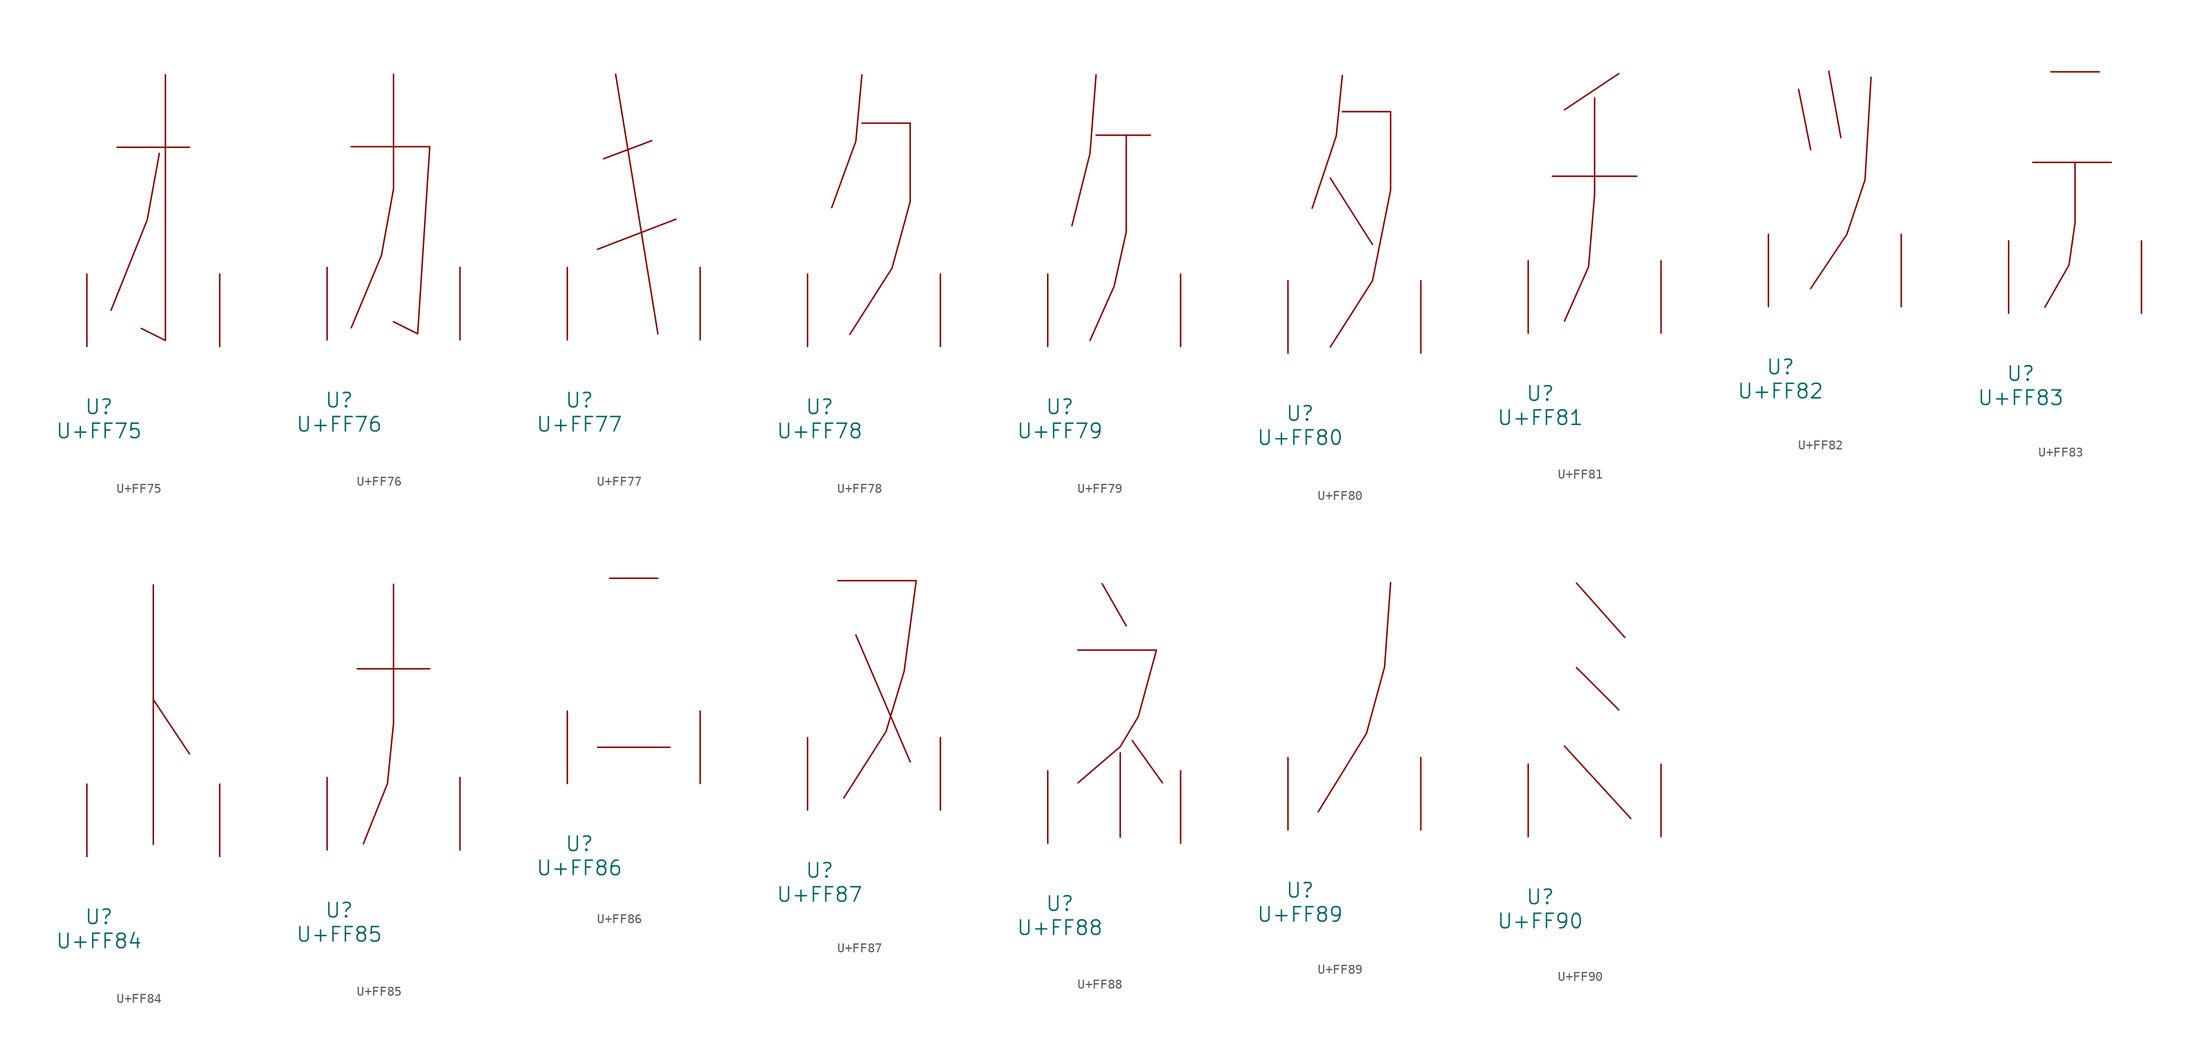
<source format=kicad_sym>
(kicad_symbol_lib
  (version 20231120)
  (generator "kicad_symbol_editor")
  (generator_version "8.0")
  (symbol "U+FF75"
    (pin_names
      (offset 1.016))
    (property "Reference" "U"
      (at 0 -6.35 0)
      (effects (font (size 1.524 1.524))))
    (property "Value" "U+FF75"
      (at 0 -8.89 0)
      (effects (font (size 1.524 1.524))))
    (symbol "U+FF75_0_1"
      (polyline (pts (xy 1.905 20.955) (xy 9.525 20.955)) (stroke (width 0) (type solid)) (fill (type none)))
      (polyline (pts (xy 6.35 20.32) (xy 5.08 13.335) (xy 1.27 3.81)) (stroke (width 0) (type solid)) (fill (type none)))
      (polyline (pts (xy 6.985 28.575) (xy 6.985 0.635) (xy 4.445 1.905)) (stroke (width 0) (type solid)) (fill (type none)))
      (pin input line (at -1.27 0 90) (length 7.62) (name "~" (effects (font (size 1.27 1.27)))) (number "~" (effects (font (size 1.27 1.27)))))
      (pin input line (at 12.7 0 90) (length 7.62) (name "~" (effects (font (size 1.27 1.27)))) (number "~" (effects (font (size 1.27 1.27)))))))
  (symbol "U+FF76"
    (pin_names
      (offset 1.016))
    (property "Reference" "U"
      (at 0 -6.35 0)
      (effects (font (size 1.524 1.524))))
    (property "Value" "U+FF76"
      (at 0 -8.89 0)
      (effects (font (size 1.524 1.524))))
    (symbol "U+FF76_0_1"
      (polyline (pts (xy 1.27 20.32) (xy 9.525 20.32) (xy 8.255 0.635) (xy 5.715 1.905)) (stroke (width 0) (type solid)) (fill (type none)))
      (polyline (pts (xy 5.715 27.94) (xy 5.715 15.875) (xy 4.445 8.89) (xy 1.27 1.27)) (stroke (width 0) (type solid)) (fill (type none)))
      (pin input line (at -1.27 0 90) (length 7.62) (name "~" (effects (font (size 1.27 1.27)))) (number "~" (effects (font (size 1.27 1.27)))))
      (pin input line (at 12.7 0 90) (length 7.62) (name "~" (effects (font (size 1.27 1.27)))) (number "~" (effects (font (size 1.27 1.27)))))))
  (symbol "U+FF77"
    (pin_names
      (offset 1.016))
    (property "Reference" "U"
      (at 0 -6.35 0)
      (effects (font (size 1.524 1.524))))
    (property "Value" "U+FF77"
      (at 0 -8.89 0)
      (effects (font (size 1.524 1.524))))
    (symbol "U+FF77_0_1"
      (polyline (pts (xy 1.905 9.525) (xy 10.16 12.7)) (stroke (width 0) (type solid)) (fill (type none)))
      (polyline (pts (xy 2.54 19.05) (xy 7.62 20.955)) (stroke (width 0) (type solid)) (fill (type none)))
      (polyline (pts (xy 3.81 27.94) (xy 8.255 0.635)) (stroke (width 0) (type solid)) (fill (type none)))
      (pin input line (at -1.27 0 90) (length 7.62) (name "~" (effects (font (size 1.27 1.27)))) (number "~" (effects (font (size 1.27 1.27)))))
      (pin input line (at 12.7 0 90) (length 7.62) (name "~" (effects (font (size 1.27 1.27)))) (number "~" (effects (font (size 1.27 1.27)))))))
  (symbol "U+FF78"
    (pin_names
      (offset 1.016))
    (property "Reference" "U"
      (at 0 -6.35 0)
      (effects (font (size 1.524 1.524))))
    (property "Value" "U+FF78"
      (at 0 -8.89 0)
      (effects (font (size 1.524 1.524))))
    (symbol "U+FF78_0_1"
      (polyline (pts (xy 4.445 28.575) (xy 3.81 21.59) (xy 1.27 14.605)) (stroke (width 0) (type solid)) (fill (type none)))
      (polyline (pts (xy 4.445 23.495) (xy 9.525 23.495) (xy 9.525 15.24) (xy 7.62 8.255) (xy 3.175 1.27)) (stroke (width 0) (type solid)) (fill (type none)))
      (pin input line (at -1.27 0 90) (length 7.62) (name "~" (effects (font (size 1.27 1.27)))) (number "~" (effects (font (size 1.27 1.27)))))
      (pin input line (at 12.7 0 90) (length 7.62) (name "~" (effects (font (size 1.27 1.27)))) (number "~" (effects (font (size 1.27 1.27)))))))
  (symbol "U+FF79"
    (pin_names
      (offset 1.016))
    (property "Reference" "U"
      (at 0 -6.35 0)
      (effects (font (size 1.524 1.524))))
    (property "Value" "U+FF79"
      (at 0 -8.89 0)
      (effects (font (size 1.524 1.524))))
    (symbol "U+FF79_0_1"
      (polyline (pts (xy 3.81 22.225) (xy 9.525 22.225)) (stroke (width 0) (type solid)) (fill (type none)))
      (polyline (pts (xy 3.81 28.575) (xy 3.175 20.32) (xy 1.27 12.7)) (stroke (width 0) (type solid)) (fill (type none)))
      (polyline (pts (xy 6.985 22.225) (xy 6.985 12.065) (xy 5.715 6.35) (xy 3.175 0.635)) (stroke (width 0) (type solid)) (fill (type none)))
      (pin input line (at -1.27 0 90) (length 7.62) (name "~" (effects (font (size 1.27 1.27)))) (number "~" (effects (font (size 1.27 1.27)))))
      (pin input line (at 12.7 0 90) (length 7.62) (name "~" (effects (font (size 1.27 1.27)))) (number "~" (effects (font (size 1.27 1.27)))))))
  (symbol "U+FF80"
    (pin_names
      (offset 1.016))
    (property "Reference" "U"
      (at 0 -6.35 0)
      (effects (font (size 1.524 1.524))))
    (property "Value" "U+FF80"
      (at 0 -8.89 0)
      (effects (font (size 1.524 1.524))))
    (symbol "U+FF80_0_1"
      (polyline (pts (xy 3.175 18.415) (xy 7.62 11.43)) (stroke (width 0) (type solid)) (fill (type none)))
      (polyline (pts (xy 4.445 29.21) (xy 3.81 22.86) (xy 1.27 15.24)) (stroke (width 0) (type solid)) (fill (type none)))
      (polyline (pts (xy 4.445 25.4) (xy 9.525 25.4) (xy 9.525 17.145) (xy 7.62 7.62) (xy 3.175 0.635)) (stroke (width 0) (type solid)) (fill (type none)))
      (pin input line (at -1.27 0 90) (length 7.62) (name "~" (effects (font (size 1.27 1.27)))) (number "~" (effects (font (size 1.27 1.27)))))
      (pin input line (at 12.7 0 90) (length 7.62) (name "~" (effects (font (size 1.27 1.27)))) (number "~" (effects (font (size 1.27 1.27)))))))
  (symbol "U+FF81"
    (pin_names
      (offset 1.016))
    (property "Reference" "U"
      (at 0 -6.35 0)
      (effects (font (size 1.524 1.524))))
    (property "Value" "U+FF81"
      (at 0 -8.89 0)
      (effects (font (size 1.524 1.524))))
    (symbol "U+FF81_0_1"
      (polyline (pts (xy 1.27 16.51) (xy 10.16 16.51)) (stroke (width 0) (type solid)) (fill (type none)))
      (polyline (pts (xy 8.255 27.305) (xy 2.54 23.495)) (stroke (width 0) (type solid)) (fill (type none)))
      (polyline (pts (xy 5.715 24.765) (xy 5.715 14.605) (xy 5.08 6.985) (xy 2.54 1.27)) (stroke (width 0) (type solid)) (fill (type none)))
      (pin input line (at -1.27 0 90) (length 7.62) (name "~" (effects (font (size 1.27 1.27)))) (number "~" (effects (font (size 1.27 1.27)))))
      (pin input line (at 12.7 0 90) (length 7.62) (name "~" (effects (font (size 1.27 1.27)))) (number "~" (effects (font (size 1.27 1.27)))))))
  (symbol "U+FF82"
    (pin_names
      (offset 1.016))
    (property "Reference" "U"
      (at 0 -6.35 0)
      (effects (font (size 1.524 1.524))))
    (property "Value" "U+FF82"
      (at 0 -8.89 0)
      (effects (font (size 1.524 1.524))))
    (symbol "U+FF82_0_1"
      (polyline (pts (xy 1.905 22.86) (xy 3.175 16.51)) (stroke (width 0) (type solid)) (fill (type none)))
      (polyline (pts (xy 5.08 24.765) (xy 6.35 17.78)) (stroke (width 0) (type solid)) (fill (type none)))
      (polyline (pts (xy 9.525 24.13) (xy 8.89 13.335) (xy 6.985 7.62) (xy 3.175 1.905)) (stroke (width 0) (type solid)) (fill (type none)))
      (pin input line (at -1.27 0 90) (length 7.62) (name "~" (effects (font (size 1.27 1.27)))) (number "~" (effects (font (size 1.27 1.27)))))
      (pin input line (at 12.7 0 90) (length 7.62) (name "~" (effects (font (size 1.27 1.27)))) (number "~" (effects (font (size 1.27 1.27)))))))
  (symbol "U+FF83"
    (pin_names
      (offset 1.016))
    (property "Reference" "U"
      (at 0 -6.35 0)
      (effects (font (size 1.524 1.524))))
    (property "Value" "U+FF83"
      (at 0 -8.89 0)
      (effects (font (size 1.524 1.524))))
    (symbol "U+FF83_0_1"
      (polyline (pts (xy 1.27 15.875) (xy 9.525 15.875)) (stroke (width 0) (type solid)) (fill (type none)))
      (polyline (pts (xy 3.175 25.4) (xy 8.255 25.4)) (stroke (width 0) (type solid)) (fill (type none)))
      (polyline (pts (xy 5.715 15.875) (xy 5.715 9.525) (xy 5.08 5.08) (xy 2.54 0.635)) (stroke (width 0) (type solid)) (fill (type none)))
      (pin input line (at -1.27 0 90) (length 7.62) (name "~" (effects (font (size 1.27 1.27)))) (number "~" (effects (font (size 1.27 1.27)))))
      (pin input line (at 12.7 0 90) (length 7.62) (name "~" (effects (font (size 1.27 1.27)))) (number "~" (effects (font (size 1.27 1.27)))))))
  (symbol "U+FF84"
    (pin_names
      (offset 1.016))
    (property "Reference" "U"
      (at 0 -6.35 0)
      (effects (font (size 1.524 1.524))))
    (property "Value" "U+FF84"
      (at 0 -8.89 0)
      (effects (font (size 1.524 1.524))))
    (symbol "U+FF84_0_1"
      (polyline (pts (xy 5.715 16.51) (xy 9.525 10.795)) (stroke (width 0) (type solid)) (fill (type none)))
      (polyline (pts (xy 5.715 28.575) (xy 5.715 1.27)) (stroke (width 0) (type solid)) (fill (type none)))
      (pin input line (at -1.27 0 90) (length 7.62) (name "~" (effects (font (size 1.27 1.27)))) (number "~" (effects (font (size 1.27 1.27)))))
      (pin input line (at 12.7 0 90) (length 7.62) (name "~" (effects (font (size 1.27 1.27)))) (number "~" (effects (font (size 1.27 1.27)))))))
  (symbol "U+FF85"
    (pin_names
      (offset 1.016))
    (property "Reference" "U"
      (at 0 -6.35 0)
      (effects (font (size 1.524 1.524))))
    (property "Value" "U+FF85"
      (at 0 -8.89 0)
      (effects (font (size 1.524 1.524))))
    (symbol "U+FF85_0_1"
      (polyline (pts (xy 1.905 19.05) (xy 9.525 19.05)) (stroke (width 0) (type solid)) (fill (type none)))
      (polyline (pts (xy 5.715 27.94) (xy 5.715 13.335) (xy 5.08 6.985) (xy 2.54 0.635)) (stroke (width 0) (type solid)) (fill (type none)))
      (pin input line (at -1.27 0 90) (length 7.62) (name "~" (effects (font (size 1.27 1.27)))) (number "~" (effects (font (size 1.27 1.27)))))
      (pin input line (at 12.7 0 90) (length 7.62) (name "~" (effects (font (size 1.27 1.27)))) (number "~" (effects (font (size 1.27 1.27)))))))
  (symbol "U+FF86"
    (pin_names
      (offset 1.016))
    (property "Reference" "U"
      (at 0 -6.35 0)
      (effects (font (size 1.524 1.524))))
    (property "Value" "U+FF86"
      (at 0 -8.89 0)
      (effects (font (size 1.524 1.524))))
    (symbol "U+FF86_0_1"
      (polyline (pts (xy 1.905 3.81) (xy 9.525 3.81)) (stroke (width 0) (type solid)) (fill (type none)))
      (polyline (pts (xy 3.175 21.59) (xy 8.255 21.59)) (stroke (width 0) (type solid)) (fill (type none)))
      (pin input line (at -1.27 0 90) (length 7.62) (name "~" (effects (font (size 1.27 1.27)))) (number "~" (effects (font (size 1.27 1.27)))))
      (pin input line (at 12.7 0 90) (length 7.62) (name "~" (effects (font (size 1.27 1.27)))) (number "~" (effects (font (size 1.27 1.27)))))))
  (symbol "U+FF87"
    (pin_names
      (offset 1.016))
    (property "Reference" "U"
      (at 0 -6.35 0)
      (effects (font (size 1.524 1.524))))
    (property "Value" "U+FF87"
      (at 0 -8.89 0)
      (effects (font (size 1.524 1.524))))
    (symbol "U+FF87_0_1"
      (polyline (pts (xy 3.81 18.415) (xy 9.525 5.08)) (stroke (width 0) (type solid)) (fill (type none)))
      (polyline (pts (xy 1.905 24.13) (xy 10.16 24.13) (xy 8.89 14.605) (xy 6.985 8.255) (xy 2.54 1.27)) (stroke (width 0) (type solid)) (fill (type none)))
      (pin input line (at -1.27 0 90) (length 7.62) (name "~" (effects (font (size 1.27 1.27)))) (number "~" (effects (font (size 1.27 1.27)))))
      (pin input line (at 12.7 0 90) (length 7.62) (name "~" (effects (font (size 1.27 1.27)))) (number "~" (effects (font (size 1.27 1.27)))))))
  (symbol "U+FF88"
    (pin_names
      (offset 1.016))
    (property "Reference" "U"
      (at 0 -6.35 0)
      (effects (font (size 1.524 1.524))))
    (property "Value" "U+FF88"
      (at 0 -8.89 0)
      (effects (font (size 1.524 1.524))))
    (symbol "U+FF88_0_1"
      (polyline (pts (xy 4.445 27.305) (xy 6.985 22.86)) (stroke (width 0) (type solid)) (fill (type none)))
      (polyline (pts (xy 6.35 9.525) (xy 6.35 0.635)) (stroke (width 0) (type solid)) (fill (type none)))
      (polyline (pts (xy 7.62 10.795) (xy 10.795 6.35)) (stroke (width 0) (type solid)) (fill (type none)))
      (polyline (pts (xy 1.905 20.32) (xy 10.16 20.32) (xy 8.255 13.335) (xy 6.35 10.16) (xy 1.905 6.35)) (stroke (width 0) (type solid)) (fill (type none)))
      (pin input line (at -1.27 0 90) (length 7.62) (name "~" (effects (font (size 1.27 1.27)))) (number "~" (effects (font (size 1.27 1.27)))))
      (pin input line (at 12.7 0 90) (length 7.62) (name "~" (effects (font (size 1.27 1.27)))) (number "~" (effects (font (size 1.27 1.27)))))))
  (symbol "U+FF89"
    (pin_names
      (offset 1.016))
    (property "Reference" "U"
      (at 0 -6.35 0)
      (effects (font (size 1.524 1.524))))
    (property "Value" "U+FF89"
      (at 0 -8.89 0)
      (effects (font (size 1.524 1.524))))
    (symbol "U+FF89_0_1"
      (polyline (pts (xy 9.525 26.035) (xy 8.89 17.145) (xy 6.985 10.16) (xy 1.905 1.905)) (stroke (width 0) (type solid)) (fill (type none)))
      (pin input line (at -1.27 0 90) (length 7.62) (name "~" (effects (font (size 1.27 1.27)))) (number "~" (effects (font (size 1.27 1.27)))))
      (pin input line (at 12.7 0 90) (length 7.62) (name "~" (effects (font (size 1.27 1.27)))) (number "~" (effects (font (size 1.27 1.27)))))))
  (symbol "U+FF90"
    (pin_names
      (offset 1.016))
    (property "Reference" "U"
      (at 0 -6.35 0)
      (effects (font (size 1.524 1.524))))
    (property "Value" "U+FF90"
      (at 0 -8.89 0)
      (effects (font (size 1.524 1.524))))
    (symbol "U+FF90_0_1"
      (polyline (pts (xy 2.54 9.525) (xy 9.525 1.905)) (stroke (width 0) (type solid)) (fill (type none)))
      (polyline (pts (xy 3.81 17.78) (xy 8.255 13.335)) (stroke (width 0) (type solid)) (fill (type none)))
      (polyline (pts (xy 3.81 26.67) (xy 8.89 20.955)) (stroke (width 0) (type solid)) (fill (type none)))
      (pin input line (at -1.27 0 90) (length 7.62) (name "~" (effects (font (size 1.27 1.27)))) (number "~" (effects (font (size 1.27 1.27)))))
      (pin input line (at 12.7 0 90) (length 7.62) (name "~" (effects (font (size 1.27 1.27)))) (number "~" (effects (font (size 1.27 1.27))))))))
</source>
